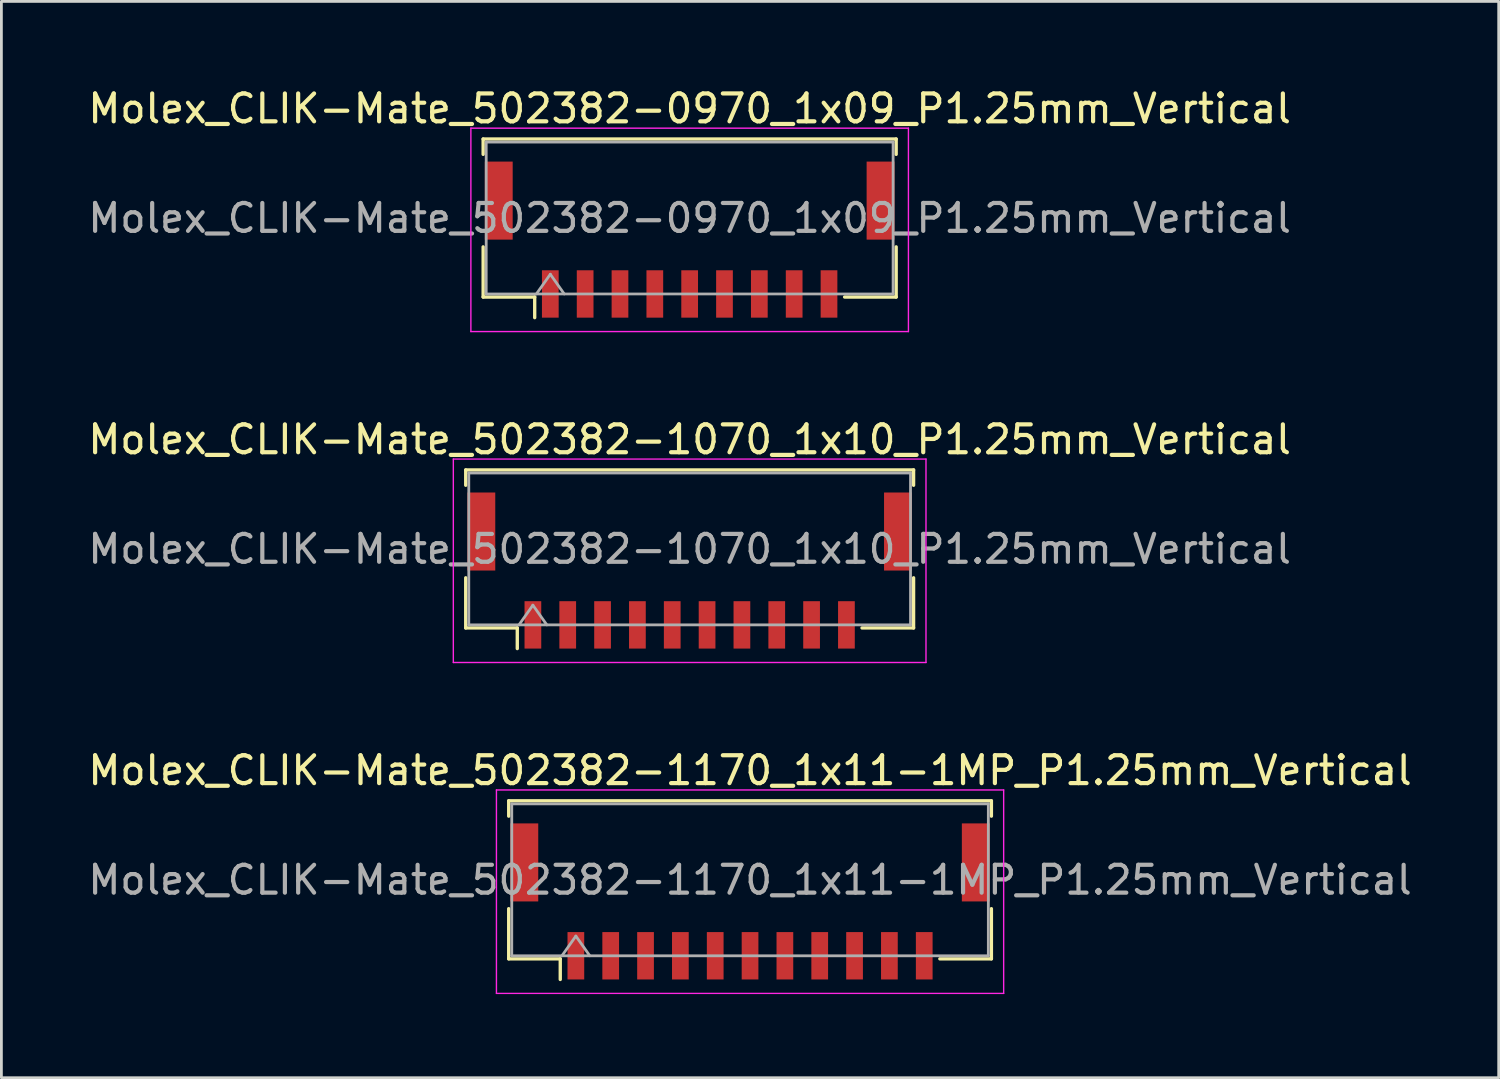
<source format=kicad_pcb>
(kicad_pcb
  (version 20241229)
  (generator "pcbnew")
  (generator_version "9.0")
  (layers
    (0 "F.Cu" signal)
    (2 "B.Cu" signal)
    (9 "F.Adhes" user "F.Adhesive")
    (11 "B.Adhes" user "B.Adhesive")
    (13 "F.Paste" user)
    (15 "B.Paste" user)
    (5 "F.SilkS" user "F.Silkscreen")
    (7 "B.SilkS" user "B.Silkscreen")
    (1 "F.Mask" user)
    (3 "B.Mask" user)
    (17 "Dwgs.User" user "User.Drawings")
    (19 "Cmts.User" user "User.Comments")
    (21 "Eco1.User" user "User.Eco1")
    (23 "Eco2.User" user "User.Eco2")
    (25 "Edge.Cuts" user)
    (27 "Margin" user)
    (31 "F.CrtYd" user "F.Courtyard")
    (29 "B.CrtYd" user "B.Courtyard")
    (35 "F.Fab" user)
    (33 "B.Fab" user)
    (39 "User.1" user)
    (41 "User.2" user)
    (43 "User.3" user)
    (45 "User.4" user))
  (footprint "Molex_CLIK-Mate_502382-1070_1x10_P1.25mm_Vertical"
    (layer "F.Cu")
    (at 21.696 17.422)
    (property "Reference" "Molex_CLIK-Mate_502382-1070_1x10_P1.25mm_Vertical" (at 0 -4.7 0) (layer "F.SilkS") (effects (font (size 1 1) (thickness 0.15))))
    (attr smd)
    (fp_line (start -8.035 -3.61) (end 8.035 -3.61) (stroke (width 0.12) (type solid)) (layer "F.SilkS"))
    (fp_line (start -8.035 -3.06) (end -8.035 -3.61) (stroke (width 0.12) (type solid)) (layer "F.SilkS"))
    (fp_line (start -8.035 0.26) (end -8.035 2.06) (stroke (width 0.12) (type solid)) (layer "F.SilkS"))
    (fp_line (start -8.035 2.06) (end -6.185 2.06) (stroke (width 0.12) (type solid)) (layer "F.SilkS"))
    (fp_line (start -6.185 2.06) (end -6.185 2.8) (stroke (width 0.12) (type solid)) (layer "F.SilkS"))
    (fp_line (start 8.035 -3.61) (end 8.035 -3.06) (stroke (width 0.12) (type solid)) (layer "F.SilkS"))
    (fp_line (start 8.035 0.26) (end 8.035 2.06) (stroke (width 0.12) (type solid)) (layer "F.SilkS"))
    (fp_line (start 8.035 2.06) (end 6.185 2.06) (stroke (width 0.12) (type solid)) (layer "F.SilkS"))
    (fp_line (start -8.48 -4) (end -8.48 3.3) (stroke (width 0.05) (type solid)) (layer "F.CrtYd"))
    (fp_line (start -8.48 3.3) (end 8.48 3.3) (stroke (width 0.05) (type solid)) (layer "F.CrtYd"))
    (fp_line (start 8.48 -4) (end -8.48 -4) (stroke (width 0.05) (type solid)) (layer "F.CrtYd"))
    (fp_line (start 8.48 3.3) (end 8.48 -4) (stroke (width 0.05) (type solid)) (layer "F.CrtYd"))
    (fp_line (start -7.925 -3.5) (end 7.925 -3.5) (stroke (width 0.1) (type solid)) (layer "F.Fab"))
    (fp_line (start -7.925 1.95) (end -7.925 -3.5) (stroke (width 0.1) (type solid)) (layer "F.Fab"))
    (fp_line (start -7.925 1.95) (end 7.925 1.95) (stroke (width 0.1) (type solid)) (layer "F.Fab"))
    (fp_line (start -6.125 1.95) (end -5.625 1.243) (stroke (width 0.1) (type solid)) (layer "F.Fab"))
    (fp_line (start -5.625 1.243) (end -5.125 1.95) (stroke (width 0.1) (type solid)) (layer "F.Fab"))
    (fp_line (start 7.925 1.95) (end 7.925 -3.5) (stroke (width 0.1) (type solid)) (layer "F.Fab"))
    (fp_text user "${REFERENCE}" (at 0 -0.77 0) (layer "F.Fab") (effects (font (size 1 1) (thickness 0.15))))
    (pad "" smd rect (at -7.475 -1.4) (size 1 2.8) (layers "F.Cu" "F.Mask" "F.Paste"))
    (pad "" smd rect (at 7.475 -1.4) (size 1 2.8) (layers "F.Cu" "F.Mask" "F.Paste"))
    (pad "1" smd rect (at -5.625 1.95) (size 0.6 1.7) (layers "F.Cu" "F.Mask" "F.Paste"))
    (pad "2" smd rect (at -4.375 1.95) (size 0.6 1.7) (layers "F.Cu" "F.Mask" "F.Paste"))
    (pad "3" smd rect (at -3.125 1.95) (size 0.6 1.7) (layers "F.Cu" "F.Mask" "F.Paste"))
    (pad "4" smd rect (at -1.875 1.95) (size 0.6 1.7) (layers "F.Cu" "F.Mask" "F.Paste"))
    (pad "5" smd rect (at -0.625 1.95) (size 0.6 1.7) (layers "F.Cu" "F.Mask" "F.Paste"))
    (pad "6" smd rect (at 0.625 1.95) (size 0.6 1.7) (layers "F.Cu" "F.Mask" "F.Paste"))
    (pad "7" smd rect (at 1.875 1.95) (size 0.6 1.7) (layers "F.Cu" "F.Mask" "F.Paste"))
    (pad "8" smd rect (at 3.125 1.95) (size 0.6 1.7) (layers "F.Cu" "F.Mask" "F.Paste"))
    (pad "9" smd rect (at 4.375 1.95) (size 0.6 1.7) (layers "F.Cu" "F.Mask" "F.Paste"))
    (pad "10" smd rect (at 5.625 1.95) (size 0.6 1.7) (layers "F.Cu" "F.Mask" "F.Paste")))
  (footprint "Molex_CLIK-Mate_502382-0970_1x09_P1.25mm_Vertical"
    (layer "F.Cu")
    (at 21.696 5.548)
    (property "Reference" "Molex_CLIK-Mate_502382-0970_1x09_P1.25mm_Vertical" (at 0 -4.7 0) (layer "F.SilkS") (effects (font (size 1 1) (thickness 0.15))))
    (attr smd)
    (fp_line (start -7.41 -3.61) (end 7.41 -3.61) (stroke (width 0.12) (type solid)) (layer "F.SilkS"))
    (fp_line (start -7.41 -3.06) (end -7.41 -3.61) (stroke (width 0.12) (type solid)) (layer "F.SilkS"))
    (fp_line (start -7.41 0.26) (end -7.41 2.06) (stroke (width 0.12) (type solid)) (layer "F.SilkS"))
    (fp_line (start -7.41 2.06) (end -5.56 2.06) (stroke (width 0.12) (type solid)) (layer "F.SilkS"))
    (fp_line (start -5.56 2.06) (end -5.56 2.8) (stroke (width 0.12) (type solid)) (layer "F.SilkS"))
    (fp_line (start 7.41 -3.61) (end 7.41 -3.06) (stroke (width 0.12) (type solid)) (layer "F.SilkS"))
    (fp_line (start 7.41 0.26) (end 7.41 2.06) (stroke (width 0.12) (type solid)) (layer "F.SilkS"))
    (fp_line (start 7.41 2.06) (end 5.56 2.06) (stroke (width 0.12) (type solid)) (layer "F.SilkS"))
    (fp_line (start -7.85 -4) (end -7.85 3.3) (stroke (width 0.05) (type solid)) (layer "F.CrtYd"))
    (fp_line (start -7.85 3.3) (end 7.85 3.3) (stroke (width 0.05) (type solid)) (layer "F.CrtYd"))
    (fp_line (start 7.85 -4) (end -7.85 -4) (stroke (width 0.05) (type solid)) (layer "F.CrtYd"))
    (fp_line (start 7.85 3.3) (end 7.85 -4) (stroke (width 0.05) (type solid)) (layer "F.CrtYd"))
    (fp_line (start -7.3 -3.5) (end 7.3 -3.5) (stroke (width 0.1) (type solid)) (layer "F.Fab"))
    (fp_line (start -7.3 1.95) (end -7.3 -3.5) (stroke (width 0.1) (type solid)) (layer "F.Fab"))
    (fp_line (start -7.3 1.95) (end 7.3 1.95) (stroke (width 0.1) (type solid)) (layer "F.Fab"))
    (fp_line (start -5.5 1.95) (end -5 1.243) (stroke (width 0.1) (type solid)) (layer "F.Fab"))
    (fp_line (start -5 1.243) (end -4.5 1.95) (stroke (width 0.1) (type solid)) (layer "F.Fab"))
    (fp_line (start 7.3 1.95) (end 7.3 -3.5) (stroke (width 0.1) (type solid)) (layer "F.Fab"))
    (fp_text user "${REFERENCE}" (at 0 -0.77 0) (layer "F.Fab") (effects (font (size 1 1) (thickness 0.15))))
    (pad "" smd rect (at -6.85 -1.4) (size 1 2.8) (layers "F.Cu" "F.Mask" "F.Paste"))
    (pad "" smd rect (at 6.85 -1.4) (size 1 2.8) (layers "F.Cu" "F.Mask" "F.Paste"))
    (pad "1" smd rect (at -5 1.95) (size 0.6 1.7) (layers "F.Cu" "F.Mask" "F.Paste"))
    (pad "2" smd rect (at -3.75 1.95) (size 0.6 1.7) (layers "F.Cu" "F.Mask" "F.Paste"))
    (pad "3" smd rect (at -2.5 1.95) (size 0.6 1.7) (layers "F.Cu" "F.Mask" "F.Paste"))
    (pad "4" smd rect (at -1.25 1.95) (size 0.6 1.7) (layers "F.Cu" "F.Mask" "F.Paste"))
    (pad "5" smd rect (at 0 1.95) (size 0.6 1.7) (layers "F.Cu" "F.Mask" "F.Paste"))
    (pad "6" smd rect (at 1.25 1.95) (size 0.6 1.7) (layers "F.Cu" "F.Mask" "F.Paste"))
    (pad "7" smd rect (at 2.5 1.95) (size 0.6 1.7) (layers "F.Cu" "F.Mask" "F.Paste"))
    (pad "8" smd rect (at 3.75 1.95) (size 0.6 1.7) (layers "F.Cu" "F.Mask" "F.Paste"))
    (pad "9" smd rect (at 5 1.95) (size 0.6 1.7) (layers "F.Cu" "F.Mask" "F.Paste")))
  (footprint "Molex_CLIK-Mate_502382-1170_1x11-1MP_P1.25mm_Vertical"
    (layer "F.Cu")
    (at 23.863 29.295)
    (property "Reference" "Molex_CLIK-Mate_502382-1170_1x11-1MP_P1.25mm_Vertical" (at 0 -4.7 0) (layer "F.SilkS") (effects (font (size 1 1) (thickness 0.15))))
    (attr smd)
    (fp_line (start -8.66 -3.61) (end 8.66 -3.61) (stroke (width 0.12) (type solid)) (layer "F.SilkS"))
    (fp_line (start -8.66 -3.06) (end -8.66 -3.61) (stroke (width 0.12) (type solid)) (layer "F.SilkS"))
    (fp_line (start -8.66 0.26) (end -8.66 2.06) (stroke (width 0.12) (type solid)) (layer "F.SilkS"))
    (fp_line (start -8.66 2.06) (end -6.81 2.06) (stroke (width 0.12) (type solid)) (layer "F.SilkS"))
    (fp_line (start -6.81 2.06) (end -6.81 2.8) (stroke (width 0.12) (type solid)) (layer "F.SilkS"))
    (fp_line (start 8.66 -3.61) (end 8.66 -3.06) (stroke (width 0.12) (type solid)) (layer "F.SilkS"))
    (fp_line (start 8.66 0.26) (end 8.66 2.06) (stroke (width 0.12) (type solid)) (layer "F.SilkS"))
    (fp_line (start 8.66 2.06) (end 6.81 2.06) (stroke (width 0.12) (type solid)) (layer "F.SilkS"))
    (fp_line (start -9.1 -4) (end -9.1 3.3) (stroke (width 0.05) (type solid)) (layer "F.CrtYd"))
    (fp_line (start -9.1 3.3) (end 9.1 3.3) (stroke (width 0.05) (type solid)) (layer "F.CrtYd"))
    (fp_line (start 9.1 -4) (end -9.1 -4) (stroke (width 0.05) (type solid)) (layer "F.CrtYd"))
    (fp_line (start 9.1 3.3) (end 9.1 -4) (stroke (width 0.05) (type solid)) (layer "F.CrtYd"))
    (fp_line (start -8.55 -3.5) (end 8.55 -3.5) (stroke (width 0.1) (type solid)) (layer "F.Fab"))
    (fp_line (start -8.55 1.95) (end -8.55 -3.5) (stroke (width 0.1) (type solid)) (layer "F.Fab"))
    (fp_line (start -8.55 1.95) (end 8.55 1.95) (stroke (width 0.1) (type solid)) (layer "F.Fab"))
    (fp_line (start -6.75 1.95) (end -6.25 1.243) (stroke (width 0.1) (type solid)) (layer "F.Fab"))
    (fp_line (start -6.25 1.243) (end -5.75 1.95) (stroke (width 0.1) (type solid)) (layer "F.Fab"))
    (fp_line (start 8.55 1.95) (end 8.55 -3.5) (stroke (width 0.1) (type solid)) (layer "F.Fab"))
    (fp_text user "${REFERENCE}" (at 0 -0.77 0) (layer "F.Fab") (effects (font (size 1 1) (thickness 0.15))))
    (pad "1" smd rect (at -6.25 1.95) (size 0.6 1.7) (layers "F.Cu" "F.Mask" "F.Paste"))
    (pad "2" smd rect (at -5 1.95) (size 0.6 1.7) (layers "F.Cu" "F.Mask" "F.Paste"))
    (pad "3" smd rect (at -3.75 1.95) (size 0.6 1.7) (layers "F.Cu" "F.Mask" "F.Paste"))
    (pad "4" smd rect (at -2.5 1.95) (size 0.6 1.7) (layers "F.Cu" "F.Mask" "F.Paste"))
    (pad "5" smd rect (at -1.25 1.95) (size 0.6 1.7) (layers "F.Cu" "F.Mask" "F.Paste"))
    (pad "6" smd rect (at 0 1.95) (size 0.6 1.7) (layers "F.Cu" "F.Mask" "F.Paste"))
    (pad "7" smd rect (at 1.25 1.95) (size 0.6 1.7) (layers "F.Cu" "F.Mask" "F.Paste"))
    (pad "8" smd rect (at 2.5 1.95) (size 0.6 1.7) (layers "F.Cu" "F.Mask" "F.Paste"))
    (pad "9" smd rect (at 3.75 1.95) (size 0.6 1.7) (layers "F.Cu" "F.Mask" "F.Paste"))
    (pad "10" smd rect (at 5 1.95) (size 0.6 1.7) (layers "F.Cu" "F.Mask" "F.Paste"))
    (pad "11" smd rect (at 6.25 1.95) (size 0.6 1.7) (layers "F.Cu" "F.Mask" "F.Paste"))
    (pad "MP" smd rect (at -8.1 -1.4) (size 1 2.8) (layers "F.Cu" "F.Mask" "F.Paste"))
    (pad "MP" smd rect (at 8.1 -1.4) (size 1 2.8) (layers "F.Cu" "F.Mask" "F.Paste")))
  (gr_rect
    (start -3 -3)
    (end 50.726 35.62)
    (stroke (width 0.1) (type default))
    (fill no)
    (layer "Edge.Cuts")))
</source>
